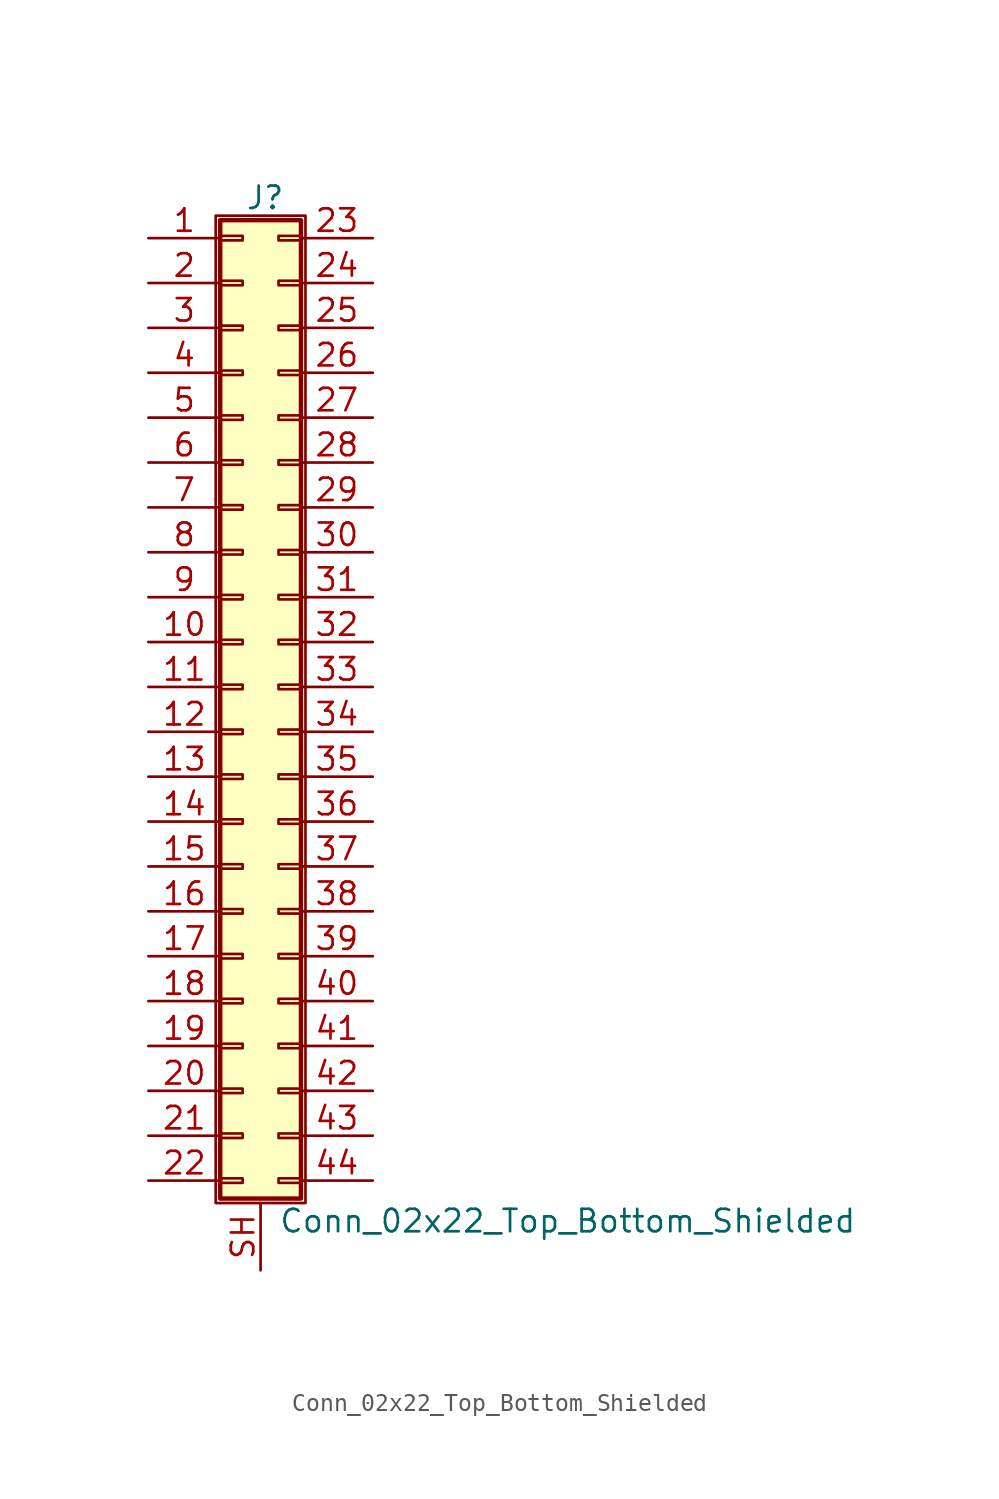
<source format=kicad_sym>
(kicad_symbol_lib
  (version 20201005)
  (generator kicad_symbol_editor)
  (symbol "Conn_02x22_Top_Bottom_Shielded"
    (pin_names
      (offset 1.016) hide)
    (property "Reference" "J"
      (at 1.524 27.686 0)
      (effects (font (size 1.27 1.27))))
    (property "Value" "Conn_02x22_Top_Bottom_Shielded"
      (at 2.286 -30.226 0)
      (effects (font (size 1.27 1.27)) (justify left)))
    (symbol "Conn_02x22_Top_Bottom_Shielded_1_1"
      (rectangle (start -1.27 26.67) (end 3.81 -29.21) (stroke (width 0.152)) (fill (type none)))
      (rectangle (start -1.016 -27.813) (end 0.254 -28.067) (stroke (width 0.152)) (fill (type none)))
      (rectangle (start -1.016 -25.273) (end 0.254 -25.527) (stroke (width 0.152)) (fill (type none)))
      (rectangle (start -1.016 -22.733) (end 0.254 -22.987) (stroke (width 0.152)) (fill (type none)))
      (rectangle (start -1.016 -20.193) (end 0.254 -20.447) (stroke (width 0.152)) (fill (type none)))
      (rectangle (start -1.016 -17.653) (end 0.254 -17.907) (stroke (width 0.152)) (fill (type none)))
      (rectangle (start -1.016 -15.113) (end 0.254 -15.367) (stroke (width 0.152)) (fill (type none)))
      (rectangle (start -1.016 -12.573) (end 0.254 -12.827) (stroke (width 0.152)) (fill (type none)))
      (rectangle (start -1.016 -10.033) (end 0.254 -10.287) (stroke (width 0.152)) (fill (type none)))
      (rectangle (start -1.016 -7.493) (end 0.254 -7.747) (stroke (width 0.152)) (fill (type none)))
      (rectangle (start -1.016 -4.953) (end 0.254 -5.207) (stroke (width 0.152)) (fill (type none)))
      (rectangle (start -1.016 -2.413) (end 0.254 -2.667) (stroke (width 0.152)) (fill (type none)))
      (rectangle (start -1.016 0.127) (end 0.254 -0.127) (stroke (width 0.152)) (fill (type none)))
      (rectangle (start -1.016 2.667) (end 0.254 2.413) (stroke (width 0.152)) (fill (type none)))
      (rectangle (start -1.016 5.207) (end 0.254 4.953) (stroke (width 0.152)) (fill (type none)))
      (rectangle (start -1.016 7.747) (end 0.254 7.493) (stroke (width 0.152)) (fill (type none)))
      (rectangle (start -1.016 10.287) (end 0.254 10.033) (stroke (width 0.152)) (fill (type none)))
      (rectangle (start -1.016 12.827) (end 0.254 12.573) (stroke (width 0.152)) (fill (type none)))
      (rectangle (start -1.016 15.367) (end 0.254 15.113) (stroke (width 0.152)) (fill (type none)))
      (rectangle (start -1.016 17.907) (end 0.254 17.653) (stroke (width 0.152)) (fill (type none)))
      (rectangle (start -1.016 20.447) (end 0.254 20.193) (stroke (width 0.152)) (fill (type none)))
      (rectangle (start -1.016 22.987) (end 0.254 22.733) (stroke (width 0.152)) (fill (type none)))
      (rectangle (start -1.016 25.527) (end 0.254 25.273) (stroke (width 0.152)) (fill (type none)))
      (rectangle (start 3.556 -27.813) (end 2.286 -28.067) (stroke (width 0.152)) (fill (type none)))
      (rectangle (start 3.556 -25.273) (end 2.286 -25.527) (stroke (width 0.152)) (fill (type none)))
      (rectangle (start 3.556 -22.733) (end 2.286 -22.987) (stroke (width 0.152)) (fill (type none)))
      (rectangle (start 3.556 -20.193) (end 2.286 -20.447) (stroke (width 0.152)) (fill (type none)))
      (rectangle (start 3.556 -17.653) (end 2.286 -17.907) (stroke (width 0.152)) (fill (type none)))
      (rectangle (start 3.556 -15.113) (end 2.286 -15.367) (stroke (width 0.152)) (fill (type none)))
      (rectangle (start 3.556 -12.573) (end 2.286 -12.827) (stroke (width 0.152)) (fill (type none)))
      (rectangle (start 3.556 -10.033) (end 2.286 -10.287) (stroke (width 0.152)) (fill (type none)))
      (rectangle (start 3.556 -7.493) (end 2.286 -7.747) (stroke (width 0.152)) (fill (type none)))
      (rectangle (start 3.556 -4.953) (end 2.286 -5.207) (stroke (width 0.152)) (fill (type none)))
      (rectangle (start 3.556 -2.413) (end 2.286 -2.667) (stroke (width 0.152)) (fill (type none)))
      (rectangle (start 3.556 0.127) (end 2.286 -0.127) (stroke (width 0.152)) (fill (type none)))
      (rectangle (start 3.556 2.667) (end 2.286 2.413) (stroke (width 0.152)) (fill (type none)))
      (rectangle (start 3.556 5.207) (end 2.286 4.953) (stroke (width 0.152)) (fill (type none)))
      (rectangle (start 3.556 7.747) (end 2.286 7.493) (stroke (width 0.152)) (fill (type none)))
      (rectangle (start 3.556 10.287) (end 2.286 10.033) (stroke (width 0.152)) (fill (type none)))
      (rectangle (start 3.556 12.827) (end 2.286 12.573) (stroke (width 0.152)) (fill (type none)))
      (rectangle (start 3.556 15.367) (end 2.286 15.113) (stroke (width 0.152)) (fill (type none)))
      (rectangle (start 3.556 17.907) (end 2.286 17.653) (stroke (width 0.152)) (fill (type none)))
      (rectangle (start 3.556 20.447) (end 2.286 20.193) (stroke (width 0.152)) (fill (type none)))
      (rectangle (start 3.556 22.987) (end 2.286 22.733) (stroke (width 0.152)) (fill (type none)))
      (rectangle (start 3.556 25.527) (end 2.286 25.273) (stroke (width 0.152)) (fill (type none)))
      (rectangle (start -1.016 26.416) (end 3.556 -28.956) (stroke (width 0.254)) (fill (type background)))
      (pin passive line (at -5.08 25.4 0) (length 4.064) (name "Pin_1" (effects (font (size 1.27 1.27)))) (number "1" (effects (font (size 1.27 1.27)))))
      (pin passive line (at -5.08 2.54 0) (length 4.064) (name "Pin_10" (effects (font (size 1.27 1.27)))) (number "10" (effects (font (size 1.27 1.27)))))
      (pin passive line (at -5.08 0 0) (length 4.064) (name "Pin_11" (effects (font (size 1.27 1.27)))) (number "11" (effects (font (size 1.27 1.27)))))
      (pin passive line (at -5.08 -2.54 0) (length 4.064) (name "Pin_12" (effects (font (size 1.27 1.27)))) (number "12" (effects (font (size 1.27 1.27)))))
      (pin passive line (at -5.08 -5.08 0) (length 4.064) (name "Pin_13" (effects (font (size 1.27 1.27)))) (number "13" (effects (font (size 1.27 1.27)))))
      (pin passive line (at -5.08 -7.62 0) (length 4.064) (name "Pin_14" (effects (font (size 1.27 1.27)))) (number "14" (effects (font (size 1.27 1.27)))))
      (pin passive line (at -5.08 -10.16 0) (length 4.064) (name "Pin_15" (effects (font (size 1.27 1.27)))) (number "15" (effects (font (size 1.27 1.27)))))
      (pin passive line (at -5.08 -12.7 0) (length 4.064) (name "Pin_16" (effects (font (size 1.27 1.27)))) (number "16" (effects (font (size 1.27 1.27)))))
      (pin passive line (at -5.08 -15.24 0) (length 4.064) (name "Pin_17" (effects (font (size 1.27 1.27)))) (number "17" (effects (font (size 1.27 1.27)))))
      (pin passive line (at -5.08 -17.78 0) (length 4.064) (name "Pin_18" (effects (font (size 1.27 1.27)))) (number "18" (effects (font (size 1.27 1.27)))))
      (pin passive line (at -5.08 -20.32 0) (length 4.064) (name "Pin_19" (effects (font (size 1.27 1.27)))) (number "19" (effects (font (size 1.27 1.27)))))
      (pin passive line (at -5.08 22.86 0) (length 4.064) (name "Pin_2" (effects (font (size 1.27 1.27)))) (number "2" (effects (font (size 1.27 1.27)))))
      (pin passive line (at -5.08 -22.86 0) (length 4.064) (name "Pin_20" (effects (font (size 1.27 1.27)))) (number "20" (effects (font (size 1.27 1.27)))))
      (pin passive line (at -5.08 -25.4 0) (length 4.064) (name "Pin_21" (effects (font (size 1.27 1.27)))) (number "21" (effects (font (size 1.27 1.27)))))
      (pin passive line (at -5.08 -27.94 0) (length 4.064) (name "Pin_22" (effects (font (size 1.27 1.27)))) (number "22" (effects (font (size 1.27 1.27)))))
      (pin passive line (at 7.62 25.4 180) (length 4.064) (name "Pin_23" (effects (font (size 1.27 1.27)))) (number "23" (effects (font (size 1.27 1.27)))))
      (pin passive line (at 7.62 22.86 180) (length 4.064) (name "Pin_24" (effects (font (size 1.27 1.27)))) (number "24" (effects (font (size 1.27 1.27)))))
      (pin passive line (at 7.62 20.32 180) (length 4.064) (name "Pin_25" (effects (font (size 1.27 1.27)))) (number "25" (effects (font (size 1.27 1.27)))))
      (pin passive line (at 7.62 17.78 180) (length 4.064) (name "Pin_26" (effects (font (size 1.27 1.27)))) (number "26" (effects (font (size 1.27 1.27)))))
      (pin passive line (at 7.62 15.24 180) (length 4.064) (name "Pin_27" (effects (font (size 1.27 1.27)))) (number "27" (effects (font (size 1.27 1.27)))))
      (pin passive line (at 7.62 12.7 180) (length 4.064) (name "Pin_28" (effects (font (size 1.27 1.27)))) (number "28" (effects (font (size 1.27 1.27)))))
      (pin passive line (at 7.62 10.16 180) (length 4.064) (name "Pin_29" (effects (font (size 1.27 1.27)))) (number "29" (effects (font (size 1.27 1.27)))))
      (pin passive line (at -5.08 20.32 0) (length 4.064) (name "Pin_3" (effects (font (size 1.27 1.27)))) (number "3" (effects (font (size 1.27 1.27)))))
      (pin passive line (at 7.62 7.62 180) (length 4.064) (name "Pin_30" (effects (font (size 1.27 1.27)))) (number "30" (effects (font (size 1.27 1.27)))))
      (pin passive line (at 7.62 5.08 180) (length 4.064) (name "Pin_31" (effects (font (size 1.27 1.27)))) (number "31" (effects (font (size 1.27 1.27)))))
      (pin passive line (at 7.62 2.54 180) (length 4.064) (name "Pin_32" (effects (font (size 1.27 1.27)))) (number "32" (effects (font (size 1.27 1.27)))))
      (pin passive line (at 7.62 0 180) (length 4.064) (name "Pin_33" (effects (font (size 1.27 1.27)))) (number "33" (effects (font (size 1.27 1.27)))))
      (pin passive line (at 7.62 -2.54 180) (length 4.064) (name "Pin_34" (effects (font (size 1.27 1.27)))) (number "34" (effects (font (size 1.27 1.27)))))
      (pin passive line (at 7.62 -5.08 180) (length 4.064) (name "Pin_35" (effects (font (size 1.27 1.27)))) (number "35" (effects (font (size 1.27 1.27)))))
      (pin passive line (at 7.62 -7.62 180) (length 4.064) (name "Pin_36" (effects (font (size 1.27 1.27)))) (number "36" (effects (font (size 1.27 1.27)))))
      (pin passive line (at 7.62 -10.16 180) (length 4.064) (name "Pin_37" (effects (font (size 1.27 1.27)))) (number "37" (effects (font (size 1.27 1.27)))))
      (pin passive line (at 7.62 -12.7 180) (length 4.064) (name "Pin_38" (effects (font (size 1.27 1.27)))) (number "38" (effects (font (size 1.27 1.27)))))
      (pin passive line (at 7.62 -15.24 180) (length 4.064) (name "Pin_39" (effects (font (size 1.27 1.27)))) (number "39" (effects (font (size 1.27 1.27)))))
      (pin passive line (at -5.08 17.78 0) (length 4.064) (name "Pin_4" (effects (font (size 1.27 1.27)))) (number "4" (effects (font (size 1.27 1.27)))))
      (pin passive line (at 7.62 -17.78 180) (length 4.064) (name "Pin_40" (effects (font (size 1.27 1.27)))) (number "40" (effects (font (size 1.27 1.27)))))
      (pin passive line (at 7.62 -20.32 180) (length 4.064) (name "Pin_41" (effects (font (size 1.27 1.27)))) (number "41" (effects (font (size 1.27 1.27)))))
      (pin passive line (at 7.62 -22.86 180) (length 4.064) (name "Pin_42" (effects (font (size 1.27 1.27)))) (number "42" (effects (font (size 1.27 1.27)))))
      (pin passive line (at 7.62 -25.4 180) (length 4.064) (name "Pin_43" (effects (font (size 1.27 1.27)))) (number "43" (effects (font (size 1.27 1.27)))))
      (pin passive line (at 7.62 -27.94 180) (length 4.064) (name "Pin_44" (effects (font (size 1.27 1.27)))) (number "44" (effects (font (size 1.27 1.27)))))
      (pin passive line (at -5.08 15.24 0) (length 4.064) (name "Pin_5" (effects (font (size 1.27 1.27)))) (number "5" (effects (font (size 1.27 1.27)))))
      (pin passive line (at -5.08 12.7 0) (length 4.064) (name "Pin_6" (effects (font (size 1.27 1.27)))) (number "6" (effects (font (size 1.27 1.27)))))
      (pin passive line (at -5.08 10.16 0) (length 4.064) (name "Pin_7" (effects (font (size 1.27 1.27)))) (number "7" (effects (font (size 1.27 1.27)))))
      (pin passive line (at -5.08 7.62 0) (length 4.064) (name "Pin_8" (effects (font (size 1.27 1.27)))) (number "8" (effects (font (size 1.27 1.27)))))
      (pin passive line (at -5.08 5.08 0) (length 4.064) (name "Pin_9" (effects (font (size 1.27 1.27)))) (number "9" (effects (font (size 1.27 1.27)))))
      (pin passive line (at 1.27 -33.02 90) (length 3.81) (name "Shield" (effects (font (size 1.27 1.27)))) (number "SH" (effects (font (size 1.27 1.27))))))))
</source>
